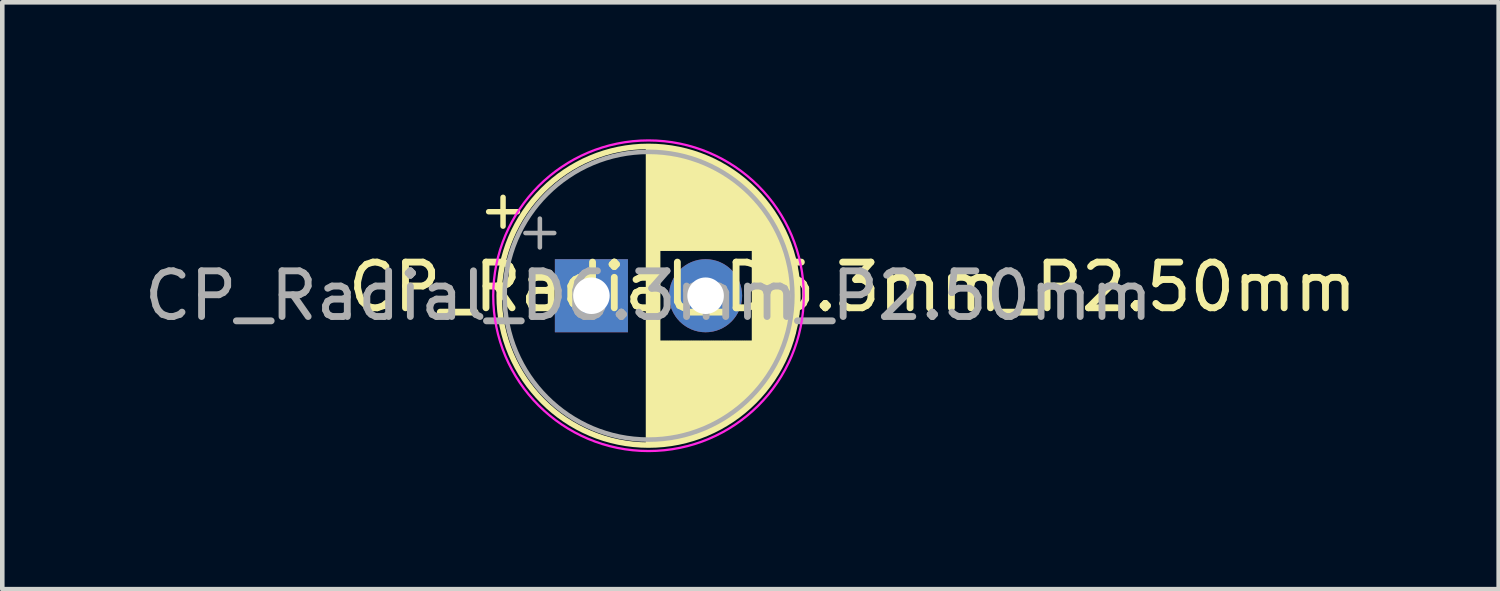
<source format=kicad_pcb>
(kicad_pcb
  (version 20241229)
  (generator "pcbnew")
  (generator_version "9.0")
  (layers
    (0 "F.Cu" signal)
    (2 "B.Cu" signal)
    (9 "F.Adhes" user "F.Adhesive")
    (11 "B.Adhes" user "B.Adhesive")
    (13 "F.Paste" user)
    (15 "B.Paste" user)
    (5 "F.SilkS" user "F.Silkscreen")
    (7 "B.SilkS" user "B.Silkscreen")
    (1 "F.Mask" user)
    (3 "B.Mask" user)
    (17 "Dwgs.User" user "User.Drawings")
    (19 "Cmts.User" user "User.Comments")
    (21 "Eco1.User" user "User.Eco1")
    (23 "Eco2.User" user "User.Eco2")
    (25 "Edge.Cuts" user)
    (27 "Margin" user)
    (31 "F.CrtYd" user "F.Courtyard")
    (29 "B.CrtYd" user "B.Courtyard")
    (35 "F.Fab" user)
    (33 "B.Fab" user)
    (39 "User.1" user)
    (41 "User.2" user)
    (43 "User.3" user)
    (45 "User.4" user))
  (footprint "CP_Radial_D6.3mm_P2.50mm"
    (layer "F.Cu")
    (at 9.899 3.425)
    (property "Reference" "CP_Radial_D6.3mm_P2.50mm" (at 5.715 -0.191 0) (layer "F.SilkS") (effects (font (size 1 1) (thickness 0.15))))
    (attr through_hole)
    (fp_line (start -2.25 -1.839) (end -1.62 -1.839) (stroke (width 0.12) (type solid)) (layer "F.SilkS"))
    (fp_line (start -1.935 -2.154) (end -1.935 -1.524) (stroke (width 0.12) (type solid)) (layer "F.SilkS"))
    (fp_line (start 1.25 -3.23) (end 1.25 3.23) (stroke (width 0.12) (type solid)) (layer "F.SilkS"))
    (fp_line (start 1.29 -3.23) (end 1.29 3.23) (stroke (width 0.12) (type solid)) (layer "F.SilkS"))
    (fp_line (start 1.33 -3.23) (end 1.33 3.23) (stroke (width 0.12) (type solid)) (layer "F.SilkS"))
    (fp_line (start 1.37 -3.228) (end 1.37 3.228) (stroke (width 0.12) (type solid)) (layer "F.SilkS"))
    (fp_line (start 1.41 -3.227) (end 1.41 3.227) (stroke (width 0.12) (type solid)) (layer "F.SilkS"))
    (fp_line (start 1.45 -3.224) (end 1.45 3.224) (stroke (width 0.12) (type solid)) (layer "F.SilkS"))
    (fp_line (start 1.49 -3.222) (end 1.49 -1.04) (stroke (width 0.12) (type solid)) (layer "F.SilkS"))
    (fp_line (start 1.49 1.04) (end 1.49 3.222) (stroke (width 0.12) (type solid)) (layer "F.SilkS"))
    (fp_line (start 1.53 -3.218) (end 1.53 -1.04) (stroke (width 0.12) (type solid)) (layer "F.SilkS"))
    (fp_line (start 1.53 1.04) (end 1.53 3.218) (stroke (width 0.12) (type solid)) (layer "F.SilkS"))
    (fp_line (start 1.57 -3.215) (end 1.57 -1.04) (stroke (width 0.12) (type solid)) (layer "F.SilkS"))
    (fp_line (start 1.57 1.04) (end 1.57 3.215) (stroke (width 0.12) (type solid)) (layer "F.SilkS"))
    (fp_line (start 1.61 -3.211) (end 1.61 -1.04) (stroke (width 0.12) (type solid)) (layer "F.SilkS"))
    (fp_line (start 1.61 1.04) (end 1.61 3.211) (stroke (width 0.12) (type solid)) (layer "F.SilkS"))
    (fp_line (start 1.65 -3.206) (end 1.65 -1.04) (stroke (width 0.12) (type solid)) (layer "F.SilkS"))
    (fp_line (start 1.65 1.04) (end 1.65 3.206) (stroke (width 0.12) (type solid)) (layer "F.SilkS"))
    (fp_line (start 1.69 -3.201) (end 1.69 -1.04) (stroke (width 0.12) (type solid)) (layer "F.SilkS"))
    (fp_line (start 1.69 1.04) (end 1.69 3.201) (stroke (width 0.12) (type solid)) (layer "F.SilkS"))
    (fp_line (start 1.73 -3.195) (end 1.73 -1.04) (stroke (width 0.12) (type solid)) (layer "F.SilkS"))
    (fp_line (start 1.73 1.04) (end 1.73 3.195) (stroke (width 0.12) (type solid)) (layer "F.SilkS"))
    (fp_line (start 1.77 -3.189) (end 1.77 -1.04) (stroke (width 0.12) (type solid)) (layer "F.SilkS"))
    (fp_line (start 1.77 1.04) (end 1.77 3.189) (stroke (width 0.12) (type solid)) (layer "F.SilkS"))
    (fp_line (start 1.81 -3.182) (end 1.81 -1.04) (stroke (width 0.12) (type solid)) (layer "F.SilkS"))
    (fp_line (start 1.81 1.04) (end 1.81 3.182) (stroke (width 0.12) (type solid)) (layer "F.SilkS"))
    (fp_line (start 1.85 -3.175) (end 1.85 -1.04) (stroke (width 0.12) (type solid)) (layer "F.SilkS"))
    (fp_line (start 1.85 1.04) (end 1.85 3.175) (stroke (width 0.12) (type solid)) (layer "F.SilkS"))
    (fp_line (start 1.89 -3.167) (end 1.89 -1.04) (stroke (width 0.12) (type solid)) (layer "F.SilkS"))
    (fp_line (start 1.89 1.04) (end 1.89 3.167) (stroke (width 0.12) (type solid)) (layer "F.SilkS"))
    (fp_line (start 1.93 -3.159) (end 1.93 -1.04) (stroke (width 0.12) (type solid)) (layer "F.SilkS"))
    (fp_line (start 1.93 1.04) (end 1.93 3.159) (stroke (width 0.12) (type solid)) (layer "F.SilkS"))
    (fp_line (start 1.971 -3.15) (end 1.971 -1.04) (stroke (width 0.12) (type solid)) (layer "F.SilkS"))
    (fp_line (start 1.971 1.04) (end 1.971 3.15) (stroke (width 0.12) (type solid)) (layer "F.SilkS"))
    (fp_line (start 2.011 -3.141) (end 2.011 -1.04) (stroke (width 0.12) (type solid)) (layer "F.SilkS"))
    (fp_line (start 2.011 1.04) (end 2.011 3.141) (stroke (width 0.12) (type solid)) (layer "F.SilkS"))
    (fp_line (start 2.051 -3.131) (end 2.051 -1.04) (stroke (width 0.12) (type solid)) (layer "F.SilkS"))
    (fp_line (start 2.051 1.04) (end 2.051 3.131) (stroke (width 0.12) (type solid)) (layer "F.SilkS"))
    (fp_line (start 2.091 -3.121) (end 2.091 -1.04) (stroke (width 0.12) (type solid)) (layer "F.SilkS"))
    (fp_line (start 2.091 1.04) (end 2.091 3.121) (stroke (width 0.12) (type solid)) (layer "F.SilkS"))
    (fp_line (start 2.131 -3.11) (end 2.131 -1.04) (stroke (width 0.12) (type solid)) (layer "F.SilkS"))
    (fp_line (start 2.131 1.04) (end 2.131 3.11) (stroke (width 0.12) (type solid)) (layer "F.SilkS"))
    (fp_line (start 2.171 -3.098) (end 2.171 -1.04) (stroke (width 0.12) (type solid)) (layer "F.SilkS"))
    (fp_line (start 2.171 1.04) (end 2.171 3.098) (stroke (width 0.12) (type solid)) (layer "F.SilkS"))
    (fp_line (start 2.211 -3.086) (end 2.211 -1.04) (stroke (width 0.12) (type solid)) (layer "F.SilkS"))
    (fp_line (start 2.211 1.04) (end 2.211 3.086) (stroke (width 0.12) (type solid)) (layer "F.SilkS"))
    (fp_line (start 2.251 -3.074) (end 2.251 -1.04) (stroke (width 0.12) (type solid)) (layer "F.SilkS"))
    (fp_line (start 2.251 1.04) (end 2.251 3.074) (stroke (width 0.12) (type solid)) (layer "F.SilkS"))
    (fp_line (start 2.291 -3.061) (end 2.291 -1.04) (stroke (width 0.12) (type solid)) (layer "F.SilkS"))
    (fp_line (start 2.291 1.04) (end 2.291 3.061) (stroke (width 0.12) (type solid)) (layer "F.SilkS"))
    (fp_line (start 2.331 -3.047) (end 2.331 -1.04) (stroke (width 0.12) (type solid)) (layer "F.SilkS"))
    (fp_line (start 2.331 1.04) (end 2.331 3.047) (stroke (width 0.12) (type solid)) (layer "F.SilkS"))
    (fp_line (start 2.371 -3.033) (end 2.371 -1.04) (stroke (width 0.12) (type solid)) (layer "F.SilkS"))
    (fp_line (start 2.371 1.04) (end 2.371 3.033) (stroke (width 0.12) (type solid)) (layer "F.SilkS"))
    (fp_line (start 2.411 -3.018) (end 2.411 -1.04) (stroke (width 0.12) (type solid)) (layer "F.SilkS"))
    (fp_line (start 2.411 1.04) (end 2.411 3.018) (stroke (width 0.12) (type solid)) (layer "F.SilkS"))
    (fp_line (start 2.451 -3.002) (end 2.451 -1.04) (stroke (width 0.12) (type solid)) (layer "F.SilkS"))
    (fp_line (start 2.451 1.04) (end 2.451 3.002) (stroke (width 0.12) (type solid)) (layer "F.SilkS"))
    (fp_line (start 2.491 -2.986) (end 2.491 -1.04) (stroke (width 0.12) (type solid)) (layer "F.SilkS"))
    (fp_line (start 2.491 1.04) (end 2.491 2.986) (stroke (width 0.12) (type solid)) (layer "F.SilkS"))
    (fp_line (start 2.531 -2.97) (end 2.531 -1.04) (stroke (width 0.12) (type solid)) (layer "F.SilkS"))
    (fp_line (start 2.531 1.04) (end 2.531 2.97) (stroke (width 0.12) (type solid)) (layer "F.SilkS"))
    (fp_line (start 2.571 -2.952) (end 2.571 -1.04) (stroke (width 0.12) (type solid)) (layer "F.SilkS"))
    (fp_line (start 2.571 1.04) (end 2.571 2.952) (stroke (width 0.12) (type solid)) (layer "F.SilkS"))
    (fp_line (start 2.611 -2.934) (end 2.611 -1.04) (stroke (width 0.12) (type solid)) (layer "F.SilkS"))
    (fp_line (start 2.611 1.04) (end 2.611 2.934) (stroke (width 0.12) (type solid)) (layer "F.SilkS"))
    (fp_line (start 2.651 -2.916) (end 2.651 -1.04) (stroke (width 0.12) (type solid)) (layer "F.SilkS"))
    (fp_line (start 2.651 1.04) (end 2.651 2.916) (stroke (width 0.12) (type solid)) (layer "F.SilkS"))
    (fp_line (start 2.691 -2.896) (end 2.691 -1.04) (stroke (width 0.12) (type solid)) (layer "F.SilkS"))
    (fp_line (start 2.691 1.04) (end 2.691 2.896) (stroke (width 0.12) (type solid)) (layer "F.SilkS"))
    (fp_line (start 2.731 -2.876) (end 2.731 -1.04) (stroke (width 0.12) (type solid)) (layer "F.SilkS"))
    (fp_line (start 2.731 1.04) (end 2.731 2.876) (stroke (width 0.12) (type solid)) (layer "F.SilkS"))
    (fp_line (start 2.771 -2.856) (end 2.771 -1.04) (stroke (width 0.12) (type solid)) (layer "F.SilkS"))
    (fp_line (start 2.771 1.04) (end 2.771 2.856) (stroke (width 0.12) (type solid)) (layer "F.SilkS"))
    (fp_line (start 2.811 -2.834) (end 2.811 -1.04) (stroke (width 0.12) (type solid)) (layer "F.SilkS"))
    (fp_line (start 2.811 1.04) (end 2.811 2.834) (stroke (width 0.12) (type solid)) (layer "F.SilkS"))
    (fp_line (start 2.851 -2.812) (end 2.851 -1.04) (stroke (width 0.12) (type solid)) (layer "F.SilkS"))
    (fp_line (start 2.851 1.04) (end 2.851 2.812) (stroke (width 0.12) (type solid)) (layer "F.SilkS"))
    (fp_line (start 2.891 -2.79) (end 2.891 -1.04) (stroke (width 0.12) (type solid)) (layer "F.SilkS"))
    (fp_line (start 2.891 1.04) (end 2.891 2.79) (stroke (width 0.12) (type solid)) (layer "F.SilkS"))
    (fp_line (start 2.931 -2.766) (end 2.931 -1.04) (stroke (width 0.12) (type solid)) (layer "F.SilkS"))
    (fp_line (start 2.931 1.04) (end 2.931 2.766) (stroke (width 0.12) (type solid)) (layer "F.SilkS"))
    (fp_line (start 2.971 -2.742) (end 2.971 -1.04) (stroke (width 0.12) (type solid)) (layer "F.SilkS"))
    (fp_line (start 2.971 1.04) (end 2.971 2.742) (stroke (width 0.12) (type solid)) (layer "F.SilkS"))
    (fp_line (start 3.011 -2.716) (end 3.011 -1.04) (stroke (width 0.12) (type solid)) (layer "F.SilkS"))
    (fp_line (start 3.011 1.04) (end 3.011 2.716) (stroke (width 0.12) (type solid)) (layer "F.SilkS"))
    (fp_line (start 3.051 -2.69) (end 3.051 -1.04) (stroke (width 0.12) (type solid)) (layer "F.SilkS"))
    (fp_line (start 3.051 1.04) (end 3.051 2.69) (stroke (width 0.12) (type solid)) (layer "F.SilkS"))
    (fp_line (start 3.091 -2.664) (end 3.091 -1.04) (stroke (width 0.12) (type solid)) (layer "F.SilkS"))
    (fp_line (start 3.091 1.04) (end 3.091 2.664) (stroke (width 0.12) (type solid)) (layer "F.SilkS"))
    (fp_line (start 3.131 -2.636) (end 3.131 -1.04) (stroke (width 0.12) (type solid)) (layer "F.SilkS"))
    (fp_line (start 3.131 1.04) (end 3.131 2.636) (stroke (width 0.12) (type solid)) (layer "F.SilkS"))
    (fp_line (start 3.171 -2.607) (end 3.171 -1.04) (stroke (width 0.12) (type solid)) (layer "F.SilkS"))
    (fp_line (start 3.171 1.04) (end 3.171 2.607) (stroke (width 0.12) (type solid)) (layer "F.SilkS"))
    (fp_line (start 3.211 -2.578) (end 3.211 -1.04) (stroke (width 0.12) (type solid)) (layer "F.SilkS"))
    (fp_line (start 3.211 1.04) (end 3.211 2.578) (stroke (width 0.12) (type solid)) (layer "F.SilkS"))
    (fp_line (start 3.251 -2.548) (end 3.251 -1.04) (stroke (width 0.12) (type solid)) (layer "F.SilkS"))
    (fp_line (start 3.251 1.04) (end 3.251 2.548) (stroke (width 0.12) (type solid)) (layer "F.SilkS"))
    (fp_line (start 3.291 -2.516) (end 3.291 -1.04) (stroke (width 0.12) (type solid)) (layer "F.SilkS"))
    (fp_line (start 3.291 1.04) (end 3.291 2.516) (stroke (width 0.12) (type solid)) (layer "F.SilkS"))
    (fp_line (start 3.331 -2.484) (end 3.331 -1.04) (stroke (width 0.12) (type solid)) (layer "F.SilkS"))
    (fp_line (start 3.331 1.04) (end 3.331 2.484) (stroke (width 0.12) (type solid)) (layer "F.SilkS"))
    (fp_line (start 3.371 -2.45) (end 3.371 -1.04) (stroke (width 0.12) (type solid)) (layer "F.SilkS"))
    (fp_line (start 3.371 1.04) (end 3.371 2.45) (stroke (width 0.12) (type solid)) (layer "F.SilkS"))
    (fp_line (start 3.411 -2.416) (end 3.411 -1.04) (stroke (width 0.12) (type solid)) (layer "F.SilkS"))
    (fp_line (start 3.411 1.04) (end 3.411 2.416) (stroke (width 0.12) (type solid)) (layer "F.SilkS"))
    (fp_line (start 3.451 -2.38) (end 3.451 -1.04) (stroke (width 0.12) (type solid)) (layer "F.SilkS"))
    (fp_line (start 3.451 1.04) (end 3.451 2.38) (stroke (width 0.12) (type solid)) (layer "F.SilkS"))
    (fp_line (start 3.491 -2.343) (end 3.491 -1.04) (stroke (width 0.12) (type solid)) (layer "F.SilkS"))
    (fp_line (start 3.491 1.04) (end 3.491 2.343) (stroke (width 0.12) (type solid)) (layer "F.SilkS"))
    (fp_line (start 3.531 -2.305) (end 3.531 -1.04) (stroke (width 0.12) (type solid)) (layer "F.SilkS"))
    (fp_line (start 3.531 1.04) (end 3.531 2.305) (stroke (width 0.12) (type solid)) (layer "F.SilkS"))
    (fp_line (start 3.571 -2.265) (end 3.571 2.265) (stroke (width 0.12) (type solid)) (layer "F.SilkS"))
    (fp_line (start 3.611 -2.224) (end 3.611 2.224) (stroke (width 0.12) (type solid)) (layer "F.SilkS"))
    (fp_line (start 3.651 -2.182) (end 3.651 2.182) (stroke (width 0.12) (type solid)) (layer "F.SilkS"))
    (fp_line (start 3.691 -2.137) (end 3.691 2.137) (stroke (width 0.12) (type solid)) (layer "F.SilkS"))
    (fp_line (start 3.731 -2.092) (end 3.731 2.092) (stroke (width 0.12) (type solid)) (layer "F.SilkS"))
    (fp_line (start 3.771 -2.044) (end 3.771 2.044) (stroke (width 0.12) (type solid)) (layer "F.SilkS"))
    (fp_line (start 3.811 -1.995) (end 3.811 1.995) (stroke (width 0.12) (type solid)) (layer "F.SilkS"))
    (fp_line (start 3.851 -1.944) (end 3.851 1.944) (stroke (width 0.12) (type solid)) (layer "F.SilkS"))
    (fp_line (start 3.891 -1.89) (end 3.891 1.89) (stroke (width 0.12) (type solid)) (layer "F.SilkS"))
    (fp_line (start 3.931 -1.834) (end 3.931 1.834) (stroke (width 0.12) (type solid)) (layer "F.SilkS"))
    (fp_line (start 3.971 -1.776) (end 3.971 1.776) (stroke (width 0.12) (type solid)) (layer "F.SilkS"))
    (fp_line (start 4.011 -1.714) (end 4.011 1.714) (stroke (width 0.12) (type solid)) (layer "F.SilkS"))
    (fp_line (start 4.051 -1.65) (end 4.051 1.65) (stroke (width 0.12) (type solid)) (layer "F.SilkS"))
    (fp_line (start 4.091 -1.581) (end 4.091 1.581) (stroke (width 0.12) (type solid)) (layer "F.SilkS"))
    (fp_line (start 4.131 -1.509) (end 4.131 1.509) (stroke (width 0.12) (type solid)) (layer "F.SilkS"))
    (fp_line (start 4.171 -1.432) (end 4.171 1.432) (stroke (width 0.12) (type solid)) (layer "F.SilkS"))
    (fp_line (start 4.211 -1.35) (end 4.211 1.35) (stroke (width 0.12) (type solid)) (layer "F.SilkS"))
    (fp_line (start 4.251 -1.262) (end 4.251 1.262) (stroke (width 0.12) (type solid)) (layer "F.SilkS"))
    (fp_line (start 4.291 -1.165) (end 4.291 1.165) (stroke (width 0.12) (type solid)) (layer "F.SilkS"))
    (fp_line (start 4.331 -1.059) (end 4.331 1.059) (stroke (width 0.12) (type solid)) (layer "F.SilkS"))
    (fp_line (start 4.371 -0.94) (end 4.371 0.94) (stroke (width 0.12) (type solid)) (layer "F.SilkS"))
    (fp_line (start 4.411 -0.802) (end 4.411 0.802) (stroke (width 0.12) (type solid)) (layer "F.SilkS"))
    (fp_line (start 4.451 -0.633) (end 4.451 0.633) (stroke (width 0.12) (type solid)) (layer "F.SilkS"))
    (fp_line (start 4.491 -0.402) (end 4.491 0.402) (stroke (width 0.12) (type solid)) (layer "F.SilkS"))
    (fp_circle (center 1.25 0) (end 4.52 0) (stroke (width 0.12) (type solid)) (fill no) (layer "F.SilkS"))
    (fp_circle (center 1.25 0) (end 4.65 0) (stroke (width 0.05) (type solid)) (fill no) (layer "F.CrtYd"))
    (fp_line (start -1.444 -1.373) (end -0.814 -1.373) (stroke (width 0.1) (type solid)) (layer "F.Fab"))
    (fp_line (start -1.129 -1.688) (end -1.129 -1.058) (stroke (width 0.1) (type solid)) (layer "F.Fab"))
    (fp_circle (center 1.25 0) (end 4.4 0) (stroke (width 0.1) (type solid)) (fill no) (layer "F.Fab"))
    (fp_text user "${REFERENCE}" (at 1.25 0 180) (layer "F.Fab") (effects (font (size 1 1) (thickness 0.15))))
    (pad "1" thru_hole rect (at 0 0) (size 1.6 1.6) (drill 0.8) (layers "*.Cu" "*.Mask"))
    (pad "2" thru_hole circle (at 2.5 0) (size 1.6 1.6) (drill 0.8) (layers "*.Cu" "*.Mask")))
  (gr_rect
    (start -3 -3)
    (end 29.763 9.85)
    (stroke (width 0.1) (type default))
    (fill no)
    (layer "Edge.Cuts")))
</source>
